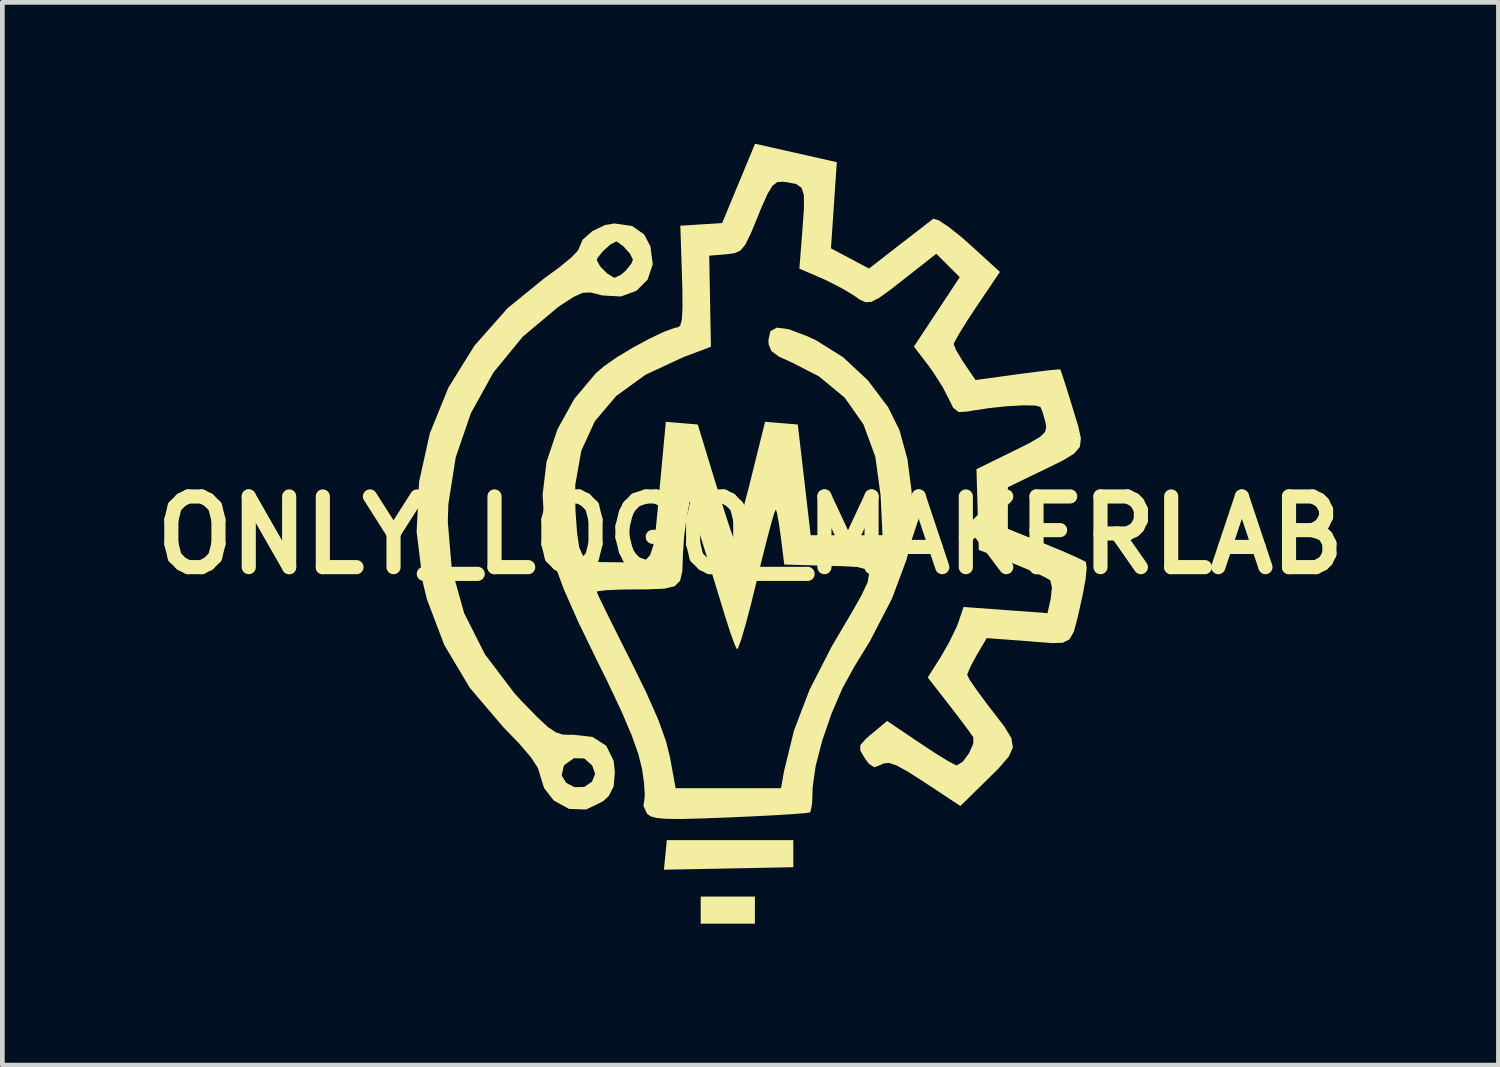
<source format=kicad_pcb>
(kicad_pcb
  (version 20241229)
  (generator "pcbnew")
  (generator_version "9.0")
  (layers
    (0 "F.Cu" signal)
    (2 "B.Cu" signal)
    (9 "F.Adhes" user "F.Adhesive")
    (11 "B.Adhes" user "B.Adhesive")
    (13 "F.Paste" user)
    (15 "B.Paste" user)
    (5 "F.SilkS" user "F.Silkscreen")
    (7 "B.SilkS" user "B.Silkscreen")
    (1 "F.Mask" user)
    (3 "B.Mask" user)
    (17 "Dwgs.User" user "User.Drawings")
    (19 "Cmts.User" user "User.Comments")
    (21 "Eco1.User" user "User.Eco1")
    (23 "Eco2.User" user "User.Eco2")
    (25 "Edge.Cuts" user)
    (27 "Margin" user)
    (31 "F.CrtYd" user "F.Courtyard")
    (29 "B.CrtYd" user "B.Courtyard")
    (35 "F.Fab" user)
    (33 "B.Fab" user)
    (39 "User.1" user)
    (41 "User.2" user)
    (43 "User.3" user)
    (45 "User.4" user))
  (footprint "ONLY_LOGO_MAKERLAB"
    (layer "F.Cu")
    (at 12.871 8.305)
    (property "Reference" "ONLY_LOGO_MAKERLAB" (at 0 0 180) (layer "F.SilkS") (effects (font (size 1.5 1.5) (thickness 0.3))))
    (attr board_only exclude_from_pos_files exclude_from_bom)
    (fp_poly (pts (xy 0.096 7.955) (xy 0.096 8.243) (xy -0.479 8.243) (xy -1.054 8.243) (xy -1.054 7.955) (xy -1.054 7.668) (xy -0.479 7.668) (xy 0.096 7.668)) (stroke (width 0) (type solid)) (fill yes) (layer "F.SilkS"))
    (fp_poly (pts (xy 0.911 6.757) (xy 0.911 7.045) (xy -0.462 7.072) (xy -1.834 7.098) (xy -1.803 6.784) (xy -1.773 6.47) (xy -0.431 6.47) (xy 0.911 6.47)) (stroke (width 0) (type solid)) (fill yes) (layer "F.SilkS"))
    (fp_poly (pts (xy -2.506 -6.559) (xy -2.254 -6.381) (xy -2.121 -6.128) (xy -2.071 -5.747) (xy -2.18 -5.423) (xy -2.417 -5.185) (xy -2.749 -5.064) (xy -3.147 -5.087) (xy -3.205 -5.103) (xy -3.4 -5.151) (xy -3.564 -5.14) (xy -3.755 -5.053) (xy -4.032 -4.873) (xy -4.08 -4.84) (xy -4.831 -4.21) (xy -5.451 -3.452) (xy -5.929 -2.591) (xy -6.252 -1.651) (xy -6.408 -0.656) (xy -6.42 -0.284) (xy -6.335 0.718) (xy -6.073 1.654) (xy -5.63 2.531) (xy -5.004 3.356) (xy -4.839 3.535) (xy -4.523 3.859) (xy -4.3 4.067) (xy -4.131 4.183) (xy -3.981 4.231) (xy -3.811 4.236) (xy -3.768 4.234) (xy -3.351 4.28) (xy -3.058 4.468) (xy -2.901 4.788) (xy -2.875 5.032) (xy -2.902 5.335) (xy -3.005 5.535) (xy -3.128 5.648) (xy -3.482 5.82) (xy -3.849 5.808) (xy -4.174 5.628) (xy -4.377 5.366) (xy -4.452 5.125) (xy -4.459 5.099) (xy -4.003 5.099) (xy -3.907 5.256) (xy -3.729 5.347) (xy -3.523 5.341) (xy -3.36 5.23) (xy -3.294 5.065) (xy -3.355 4.889) (xy -3.524 4.737) (xy -3.743 4.732) (xy -3.939 4.871) (xy -3.962 4.904) (xy -4.003 5.099) (xy -4.459 5.099) (xy -4.506 4.945) (xy -4.653 4.716) (xy -4.912 4.414) (xy -5.242 4.074) (xy -5.953 3.239) (xy -6.496 2.328) (xy -6.864 1.357) (xy -6.949 1.006) (xy -7.081 -0.071) (xy -7.029 -1.133) (xy -6.802 -2.159) (xy -6.408 -3.129) (xy -5.854 -4.022) (xy -5.15 -4.818) (xy -4.379 -5.445) (xy -4.057 -5.68) (xy -3.864 -5.839) (xy -3.259 -5.839) (xy -3.191 -5.708) (xy -3.044 -5.557) (xy -2.899 -5.467) (xy -2.875 -5.463) (xy -2.749 -5.524) (xy -2.643 -5.614) (xy -2.522 -5.768) (xy -2.492 -5.847) (xy -2.555 -5.973) (xy -2.692 -6.127) (xy -2.825 -6.224) (xy -2.851 -6.23) (xy -2.97 -6.167) (xy -3.126 -6.028) (xy -3.241 -5.887) (xy -3.259 -5.839) (xy -3.864 -5.839) (xy -3.807 -5.885) (xy -3.663 -6.032) (xy -3.642 -6.075) (xy -3.559 -6.269) (xy -3.351 -6.453) (xy -3.082 -6.581) (xy -2.887 -6.614)) (stroke (width 0) (type solid)) (fill yes) (layer "F.SilkS"))
    (fp_poly (pts (xy 0.966 -8.11) (xy 1.834 -7.914) (xy 1.772 -7) (xy 1.71 -6.086) (xy 2.113 -5.872) (xy 2.517 -5.657) (xy 3.152 -6.15) (xy 3.455 -6.385) (xy 3.706 -6.579) (xy 3.86 -6.697) (xy 3.882 -6.714) (xy 3.99 -6.684) (xy 4.199 -6.547) (xy 4.475 -6.328) (xy 4.637 -6.185) (xy 5.295 -5.586) (xy 4.804 -4.858) (xy 4.588 -4.53) (xy 4.421 -4.26) (xy 4.326 -4.088) (xy 4.313 -4.052) (xy 4.363 -3.931) (xy 4.488 -3.72) (xy 4.545 -3.633) (xy 4.777 -3.292) (xy 5.668 -3.414) (xy 6.056 -3.465) (xy 6.362 -3.501) (xy 6.544 -3.518) (xy 6.577 -3.517) (xy 6.61 -3.424) (xy 6.686 -3.189) (xy 6.79 -2.857) (xy 6.84 -2.692) (xy 6.955 -2.317) (xy 7.013 -2.058) (xy 6.992 -1.876) (xy 6.871 -1.731) (xy 6.631 -1.585) (xy 6.249 -1.397) (xy 6.11 -1.331) (xy 5.463 -1.017) (xy 5.463 -0.575) (xy 5.463 -0.134) (xy 6.254 0.185) (xy 6.616 0.335) (xy 6.909 0.464) (xy 7.089 0.551) (xy 7.119 0.571) (xy 7.136 0.691) (xy 7.111 0.943) (xy 7.049 1.276) (xy 7.043 1.301) (xy 6.944 1.747) (xy 6.866 2.04) (xy 6.774 2.208) (xy 6.631 2.282) (xy 6.403 2.29) (xy 6.054 2.263) (xy 5.901 2.25) (xy 5.015 2.184) (xy 4.808 2.535) (xy 4.679 2.771) (xy 4.607 2.938) (xy 4.601 2.967) (xy 4.656 3.074) (xy 4.805 3.291) (xy 5.02 3.581) (xy 5.132 3.727) (xy 5.39 4.062) (xy 5.537 4.305) (xy 5.57 4.502) (xy 5.482 4.699) (xy 5.27 4.945) (xy 4.966 5.246) (xy 4.455 5.746) (xy 3.706 5.251) (xy 3.342 5.018) (xy 3.098 4.883) (xy 2.935 4.831) (xy 2.818 4.846) (xy 2.774 4.87) (xy 2.63 4.925) (xy 2.512 4.849) (xy 2.426 4.73) (xy 2.331 4.567) (xy 2.333 4.452) (xy 2.452 4.32) (xy 2.581 4.21) (xy 2.902 3.942) (xy 3.603 4.415) (xy 3.925 4.627) (xy 4.188 4.789) (xy 4.352 4.876) (xy 4.381 4.885) (xy 4.509 4.804) (xy 4.641 4.623) (xy 4.729 4.423) (xy 4.731 4.288) (xy 4.639 4.158) (xy 4.465 3.925) (xy 4.243 3.635) (xy 4.211 3.594) (xy 3.763 3.019) (xy 4.037 2.588) (xy 4.219 2.27) (xy 4.37 1.959) (xy 4.417 1.84) (xy 4.523 1.523) (xy 5.414 1.589) (xy 6.305 1.654) (xy 6.373 1.345) (xy 6.398 1.11) (xy 6.364 0.961) (xy 6.36 0.956) (xy 6.237 0.885) (xy 5.984 0.769) (xy 5.65 0.629) (xy 5.563 0.594) (xy 4.847 0.312) (xy 4.822 -0.545) (xy 4.797 -1.401) (xy 5.559 -1.773) (xy 5.923 -1.955) (xy 6.144 -2.084) (xy 6.252 -2.188) (xy 6.278 -2.293) (xy 6.262 -2.39) (xy 6.201 -2.607) (xy 6.156 -2.72) (xy 6.044 -2.751) (xy 5.792 -2.755) (xy 5.449 -2.736) (xy 5.065 -2.696) (xy 4.69 -2.639) (xy 4.613 -2.624) (xy 4.42 -2.612) (xy 4.301 -2.705) (xy 4.214 -2.884) (xy 4.076 -3.15) (xy 3.875 -3.464) (xy 3.777 -3.6) (xy 3.47 -4.002) (xy 3.956 -4.738) (xy 4.442 -5.474) (xy 4.193 -5.723) (xy 3.945 -5.971) (xy 3.338 -5.494) (xy 2.979 -5.213) (xy 2.734 -5.036) (xy 2.568 -4.951) (xy 2.444 -4.942) (xy 2.325 -4.996) (xy 2.215 -5.073) (xy 1.955 -5.231) (xy 1.624 -5.401) (xy 1.489 -5.462) (xy 1.04 -5.654) (xy 1.107 -6.516) (xy 1.137 -6.942) (xy 1.135 -7.215) (xy 1.085 -7.372) (xy 0.971 -7.451) (xy 0.778 -7.489) (xy 0.688 -7.499) (xy 0.571 -7.491) (xy 0.47 -7.415) (xy 0.363 -7.238) (xy 0.224 -6.926) (xy 0.156 -6.757) (xy 0.003 -6.387) (xy -0.11 -6.159) (xy -0.214 -6.036) (xy -0.339 -5.982) (xy -0.513 -5.96) (xy -0.873 -5.93) (xy -0.855 -4.964) (xy -0.837 -3.997) (xy -1.426 -3.776) (xy -2.222 -3.405) (xy -2.845 -2.955) (xy -3.299 -2.419) (xy -3.587 -1.792) (xy -3.715 -1.069) (xy -3.712 -0.536) (xy -3.678 -0.062) (xy -3.633 0.254) (xy -3.551 0.443) (xy -3.406 0.538) (xy -3.172 0.571) (xy -2.825 0.575) (xy -2.559 0.578) (xy -2.363 0.571) (xy -2.224 0.528) (xy -2.128 0.424) (xy -2.063 0.233) (xy -2.014 -0.069) (xy -1.969 -0.509) (xy -1.915 -1.11) (xy -1.908 -1.179) (xy -1.794 -2.406) (xy -1.455 -2.377) (xy -1.116 -2.348) (xy -0.755 -1.164) (xy -0.617 -0.717) (xy -0.496 -0.34) (xy -0.406 -0.07) (xy -0.356 0.058) (xy -0.353 0.062) (xy -0.316 -0.009) (xy -0.244 -0.235) (xy -0.147 -0.582) (xy -0.033 -1.018) (xy 0.000292 -1.151) (xy 0.312 -2.406) (xy 0.659 -2.377) (xy 1.006 -2.348) (xy 1.143 -1.174) (xy 1.279 0) (xy 2.041 0) (xy 2.803 0) (xy 2.763 -0.846) (xy 2.651 -1.663) (xy 2.399 -2.351) (xy 2.002 -2.917) (xy 1.455 -3.369) (xy 0.898 -3.656) (xy 0.603 -3.79) (xy 0.448 -3.905) (xy 0.389 -4.04) (xy 0.383 -4.139) (xy 0.424 -4.327) (xy 0.56 -4.404) (xy 0.807 -4.372) (xy 1.186 -4.23) (xy 1.39 -4.137) (xy 1.966 -3.777) (xy 2.492 -3.287) (xy 2.92 -2.72) (xy 3.164 -2.228) (xy 3.332 -1.613) (xy 3.422 -0.923) (xy 3.428 -0.231) (xy 3.347 0.386) (xy 3.311 0.525) (xy 3.003 1.35) (xy 2.533 2.256) (xy 2.203 2.794) (xy 1.954 3.246) (xy 1.722 3.786) (xy 1.525 4.357) (xy 1.385 4.897) (xy 1.321 5.349) (xy 1.319 5.439) (xy 1.309 5.698) (xy 1.277 5.861) (xy 1.261 5.883) (xy 1.149 5.899) (xy 0.878 5.92) (xy 0.481 5.944) (xy -0.01 5.969) (xy -0.436 5.988) (xy -1.044 6.011) (xy -1.488 6.022) (xy -1.796 6.018) (xy -1.998 6) (xy -2.119 5.965) (xy -2.19 5.912) (xy -2.194 5.908) (xy -2.269 5.743) (xy -2.256 5.661) (xy -2.24 5.521) (xy -2.257 5.254) (xy -2.298 4.962) (xy -2.376 4.647) (xy -2.518 4.247) (xy -2.734 3.74) (xy -3.034 3.104) (xy -3.266 2.636) (xy -3.654 1.837) (xy -3.935 1.2) (xy -3.259 1.2) (xy -3.218 1.298) (xy -3.103 1.538) (xy -2.93 1.888) (xy -2.713 2.322) (xy -2.541 2.662) (xy -2.201 3.355) (xy -1.954 3.915) (xy -1.791 4.37) (xy -1.704 4.721) (xy -1.586 5.368) (xy -0.468 5.368) (xy 0.65 5.368) (xy 0.714 5.008) (xy 0.926 4.142) (xy 1.256 3.278) (xy 1.724 2.366) (xy 1.818 2.205) (xy 2.137 1.664) (xy 2.361 1.269) (xy 2.489 0.995) (xy 2.518 0.821) (xy 2.445 0.722) (xy 2.269 0.675) (xy 1.986 0.659) (xy 1.659 0.651) (xy 0.719 0.623) (xy 0.649 0.058) (xy 0.605 -0.25) (xy 0.565 -0.47) (xy 0.541 -0.545) (xy 0.507 -0.47) (xy 0.439 -0.238) (xy 0.344 0.122) (xy 0.229 0.579) (xy 0.138 0.956) (xy 0.014 1.462) (xy -0.099 1.89) (xy -0.193 2.209) (xy -0.26 2.392) (xy -0.286 2.422) (xy -0.342 2.299) (xy -0.432 2.046) (xy -0.539 1.713) (xy -0.55 1.677) (xy -0.677 1.26) (xy -0.832 0.754) (xy -0.987 0.254) (xy -1.021 0.144) (xy -1.287 -0.719) (xy -1.357 -0.335) (xy -1.406 0.032) (xy -1.432 0.414) (xy -1.432 0.447) (xy -1.444 0.766) (xy -1.491 0.969) (xy -1.609 1.085) (xy -1.833 1.136) (xy -2.199 1.15) (xy -2.406 1.15) (xy -2.784 1.155) (xy -3.076 1.169) (xy -3.239 1.19) (xy -3.259 1.2) (xy -3.935 1.2) (xy -3.95 1.168) (xy -4.162 0.597) (xy -4.303 0.092) (xy -4.381 -0.378) (xy -4.407 -0.845) (xy -4.407 -0.869) (xy -4.325 -1.556) (xy -4.092 -2.249) (xy -3.735 -2.894) (xy -3.282 -3.432) (xy -3.109 -3.582) (xy -2.839 -3.771) (xy -2.501 -3.975) (xy -2.147 -4.166) (xy -1.83 -4.317) (xy -1.6 -4.4) (xy -1.546 -4.408) (xy -1.489 -4.445) (xy -1.454 -4.572) (xy -1.44 -4.82) (xy -1.443 -5.216) (xy -1.451 -5.487) (xy -1.486 -6.566) (xy -1.042 -6.594) (xy -0.598 -6.623) (xy -0.25 -7.464) (xy 0.099 -8.305)) (stroke (width 0) (type solid)) (fill yes) (layer "F.SilkS")))
  (gr_rect
    (start -3 -3)
    (end 28.743 19.548)
    (stroke (width 0.1) (type default))
    (fill no)
    (layer "Edge.Cuts")))
</source>
